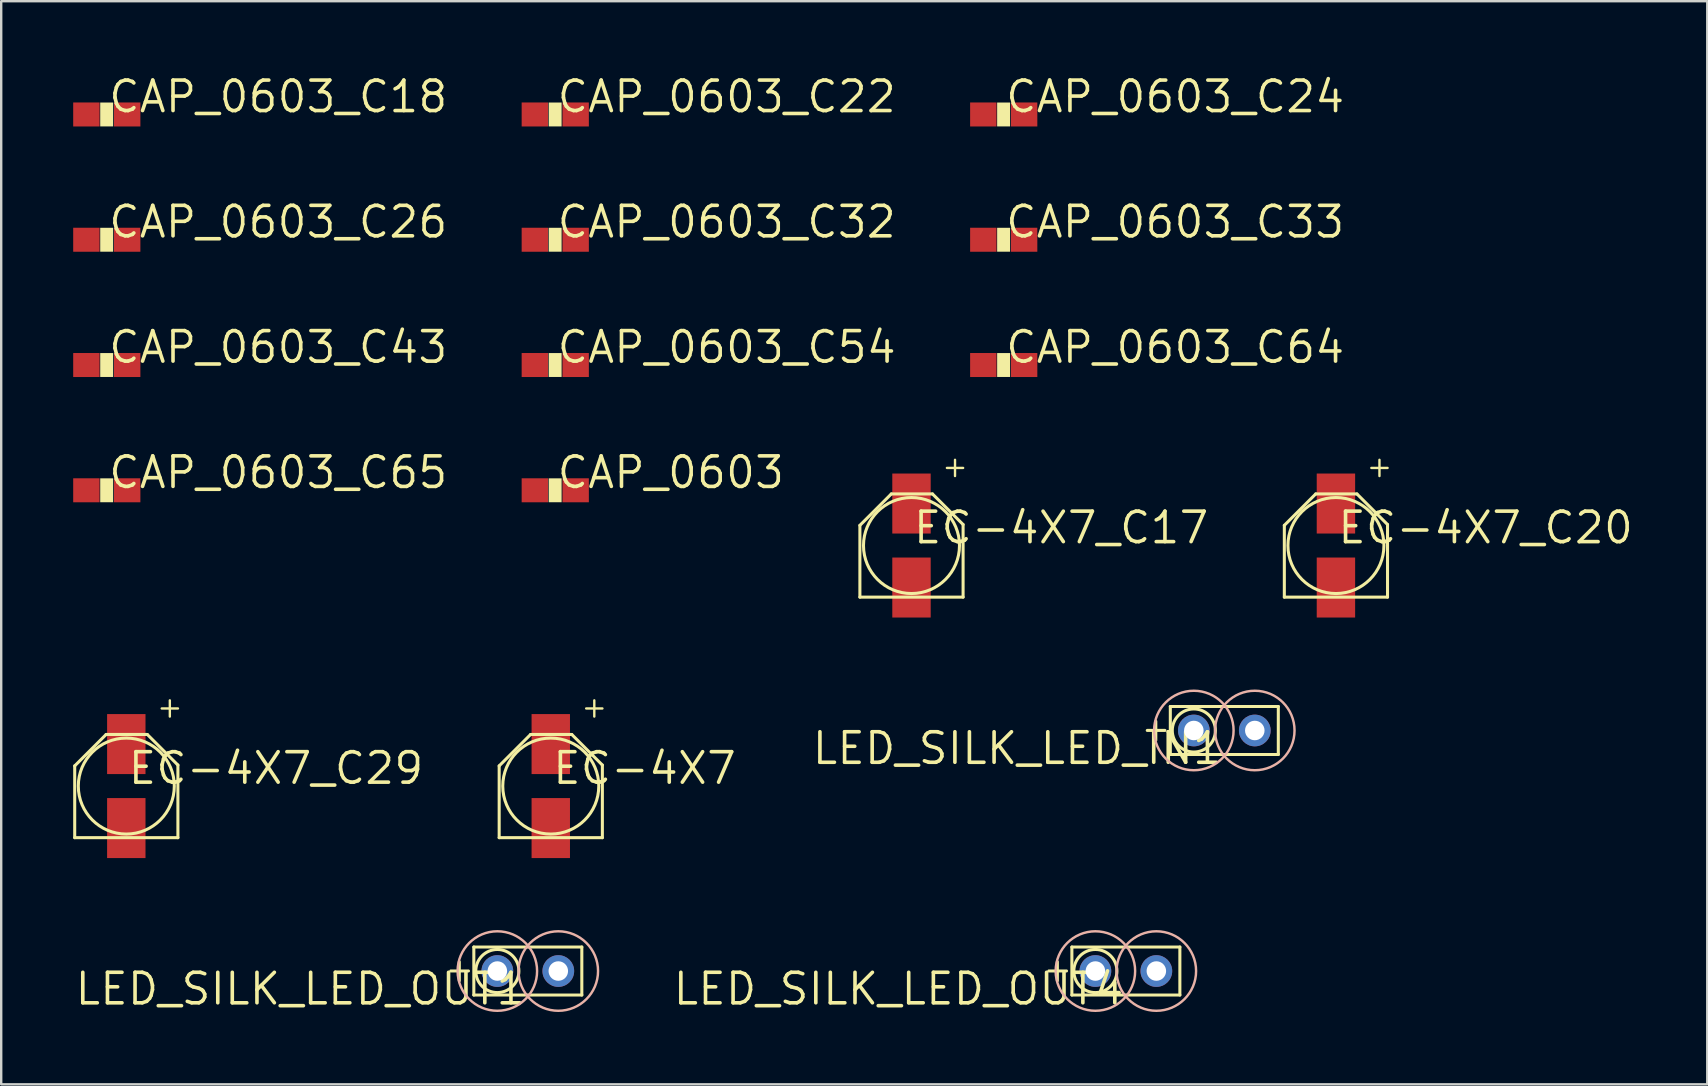
<source format=kicad_pcb>
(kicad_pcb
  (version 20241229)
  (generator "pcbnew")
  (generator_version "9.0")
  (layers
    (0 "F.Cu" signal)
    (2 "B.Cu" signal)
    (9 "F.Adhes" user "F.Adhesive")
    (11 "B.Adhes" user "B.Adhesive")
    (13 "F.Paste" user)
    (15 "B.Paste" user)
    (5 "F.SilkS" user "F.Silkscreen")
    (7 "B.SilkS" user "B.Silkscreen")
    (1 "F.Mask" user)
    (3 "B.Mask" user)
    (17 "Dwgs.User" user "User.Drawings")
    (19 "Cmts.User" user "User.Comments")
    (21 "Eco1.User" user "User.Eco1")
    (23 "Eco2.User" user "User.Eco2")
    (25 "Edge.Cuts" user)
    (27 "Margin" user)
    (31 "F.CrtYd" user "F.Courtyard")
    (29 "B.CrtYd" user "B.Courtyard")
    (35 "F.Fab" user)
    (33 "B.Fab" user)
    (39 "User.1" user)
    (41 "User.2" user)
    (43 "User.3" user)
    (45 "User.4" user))
  (footprint "CAP_0603_C33"
    (layer "F.Cu")
    (at 38.774 6.94)
    (property "Reference" "CAP_0603_C33" (at 0 0 0) (layer "F.SilkS") (effects (font (size 1.27 1.27) (thickness 0.15)) (justify left bottom)))
    (fp_poly (pts (xy -0.274 -0.498) (xy 0.265 -0.498) (xy 0.265 0.498) (xy -0.274 0.498)) (stroke (width 0) (type default)) (fill yes) (layer "F.SilkS"))
    (pad "1" smd rect (at -0.85 0 90) (size 1 1.1) (layers "F.Cu" "F.Mask" "F.Paste"))
    (pad "2" smd rect (at 0.85 0 90) (size 1 1.1) (layers "F.Cu" "F.Mask" "F.Paste")))
  (footprint "EC-4X7"
    (layer "F.Cu")
    (at 19.9 29.705)
    (property "Reference" "EC-4X7" (at 0 0 0) (layer "F.SilkS") (effects (font (size 1.27 1.27) (thickness 0.15)) (justify left bottom)))
    (fp_line (start -2.15 -0.841) (end -0.841 -2.15) (stroke (width 0.127) (type solid)) (layer "F.SilkS"))
    (fp_line (start -2.15 2.15) (end -2.15 -0.841) (stroke (width 0.127) (type solid)) (layer "F.SilkS"))
    (fp_line (start -2.15 2.15) (end 2.15 2.15) (stroke (width 0.127) (type solid)) (layer "F.SilkS"))
    (fp_line (start -0.841 -2.15) (end 0.875 -2.15) (stroke (width 0.127) (type solid)) (layer "F.SilkS"))
    (fp_line (start 0.875 -2.15) (end 2.15 -0.875) (stroke (width 0.127) (type solid)) (layer "F.SilkS"))
    (fp_line (start 2.15 2.15) (end 2.15 -0.875) (stroke (width 0.127) (type solid)) (layer "F.SilkS"))
    (fp_circle (center 0 0) (end 2 0) (stroke (width 0.127) (type solid)) (fill no) (layer "F.SilkS"))
    (fp_text user "+" (at 1.199 -3.821 0) (unlocked yes) (layer "F.SilkS") (effects (font (size 0.888 0.888) (thickness 0.099)) (justify left top)))
    (pad "P$1" smd rect (at 0 -1.75) (size 1.6 2.5) (layers "F.Cu" "F.Mask" "F.Paste"))
    (pad "P$2" smd rect (at 0 1.75) (size 1.6 2.5) (layers "F.Cu" "F.Mask" "F.Paste")))
  (footprint "CAP_0603_C43"
    (layer "F.Cu")
    (at 1.4 12.16)
    (property "Reference" "CAP_0603_C43" (at 0 0 0) (layer "F.SilkS") (effects (font (size 1.27 1.27) (thickness 0.15)) (justify left bottom)))
    (fp_poly (pts (xy -0.274 -0.498) (xy 0.265 -0.498) (xy 0.265 0.498) (xy -0.274 0.498)) (stroke (width 0) (type default)) (fill yes) (layer "F.SilkS"))
    (pad "1" smd rect (at -0.85 0 90) (size 1 1.1) (layers "F.Cu" "F.Mask" "F.Paste"))
    (pad "2" smd rect (at 0.85 0 90) (size 1 1.1) (layers "F.Cu" "F.Mask" "F.Paste")))
  (footprint "CAP_0603_C32"
    (layer "F.Cu")
    (at 20.087 6.94)
    (property "Reference" "CAP_0603_C32" (at 0 0 0) (layer "F.SilkS") (effects (font (size 1.27 1.27) (thickness 0.15)) (justify left bottom)))
    (fp_poly (pts (xy -0.274 -0.498) (xy 0.265 -0.498) (xy 0.265 0.498) (xy -0.274 0.498)) (stroke (width 0) (type default)) (fill yes) (layer "F.SilkS"))
    (pad "1" smd rect (at -0.85 0 90) (size 1 1.1) (layers "F.Cu" "F.Mask" "F.Paste"))
    (pad "2" smd rect (at 0.85 0 90) (size 1 1.1) (layers "F.Cu" "F.Mask" "F.Paste")))
  (footprint "CAP_0603"
    (layer "F.Cu")
    (at 20.087 17.38)
    (property "Reference" "CAP_0603" (at 0 0 0) (layer "F.SilkS") (effects (font (size 1.27 1.27) (thickness 0.15)) (justify left bottom)))
    (fp_poly (pts (xy -0.274 -0.498) (xy 0.265 -0.498) (xy 0.265 0.498) (xy -0.274 0.498)) (stroke (width 0) (type default)) (fill yes) (layer "F.SilkS"))
    (pad "1" smd rect (at -0.85 0 90) (size 1 1.1) (layers "F.Cu" "F.Mask" "F.Paste"))
    (pad "2" smd rect (at 0.85 0 90) (size 1 1.1) (layers "F.Cu" "F.Mask" "F.Paste")))
  (footprint "EC-4X7_C20"
    (layer "F.Cu")
    (at 52.617 19.682)
    (property "Reference" "EC-4X7_C20" (at 0 0 0) (layer "F.SilkS") (effects (font (size 1.27 1.27) (thickness 0.15)) (justify left bottom)))
    (fp_line (start -2.15 -0.841) (end -0.841 -2.15) (stroke (width 0.127) (type solid)) (layer "F.SilkS"))
    (fp_line (start -2.15 2.15) (end -2.15 -0.841) (stroke (width 0.127) (type solid)) (layer "F.SilkS"))
    (fp_line (start -2.15 2.15) (end 2.15 2.15) (stroke (width 0.127) (type solid)) (layer "F.SilkS"))
    (fp_line (start -0.841 -2.15) (end 0.875 -2.15) (stroke (width 0.127) (type solid)) (layer "F.SilkS"))
    (fp_line (start 0.875 -2.15) (end 2.15 -0.875) (stroke (width 0.127) (type solid)) (layer "F.SilkS"))
    (fp_line (start 2.15 2.15) (end 2.15 -0.875) (stroke (width 0.127) (type solid)) (layer "F.SilkS"))
    (fp_circle (center 0 0) (end 2 0) (stroke (width 0.127) (type solid)) (fill no) (layer "F.SilkS"))
    (fp_text user "+" (at 1.199 -3.821 0) (unlocked yes) (layer "F.SilkS") (effects (font (size 0.888 0.888) (thickness 0.099)) (justify left top)))
    (pad "P$1" smd rect (at 0 -1.75) (size 1.6 2.5) (layers "F.Cu" "F.Mask" "F.Paste"))
    (pad "P$2" smd rect (at 0 1.75) (size 1.6 2.5) (layers "F.Cu" "F.Mask" "F.Paste")))
  (footprint "CAP_0603_C64"
    (layer "F.Cu")
    (at 38.774 12.16)
    (property "Reference" "CAP_0603_C64" (at 0 0 0) (layer "F.SilkS") (effects (font (size 1.27 1.27) (thickness 0.15)) (justify left bottom)))
    (fp_poly (pts (xy -0.274 -0.498) (xy 0.265 -0.498) (xy 0.265 0.498) (xy -0.274 0.498)) (stroke (width 0) (type default)) (fill yes) (layer "F.SilkS"))
    (pad "1" smd rect (at -0.85 0 90) (size 1 1.1) (layers "F.Cu" "F.Mask" "F.Paste"))
    (pad "2" smd rect (at 0.85 0 90) (size 1 1.1) (layers "F.Cu" "F.Mask" "F.Paste")))
  (footprint "CAP_0603_C22"
    (layer "F.Cu")
    (at 20.087 1.72)
    (property "Reference" "CAP_0603_C22" (at 0 0 0) (layer "F.SilkS") (effects (font (size 1.27 1.27) (thickness 0.15)) (justify left bottom)))
    (fp_poly (pts (xy -0.274 -0.498) (xy 0.265 -0.498) (xy 0.265 0.498) (xy -0.274 0.498)) (stroke (width 0) (type default)) (fill yes) (layer "F.SilkS"))
    (pad "1" smd rect (at -0.85 0 90) (size 1 1.1) (layers "F.Cu" "F.Mask" "F.Paste"))
    (pad "2" smd rect (at 0.85 0 90) (size 1 1.1) (layers "F.Cu" "F.Mask" "F.Paste")))
  (footprint "CAP_0603_C54"
    (layer "F.Cu")
    (at 20.087 12.16)
    (property "Reference" "CAP_0603_C54" (at 0 0 0) (layer "F.SilkS") (effects (font (size 1.27 1.27) (thickness 0.15)) (justify left bottom)))
    (fp_poly (pts (xy -0.274 -0.498) (xy 0.265 -0.498) (xy 0.265 0.498) (xy -0.274 0.498)) (stroke (width 0) (type default)) (fill yes) (layer "F.SilkS"))
    (pad "1" smd rect (at -0.85 0 90) (size 1 1.1) (layers "F.Cu" "F.Mask" "F.Paste"))
    (pad "2" smd rect (at 0.85 0 90) (size 1 1.1) (layers "F.Cu" "F.Mask" "F.Paste")))
  (footprint "CAP_0603_C65"
    (layer "F.Cu")
    (at 1.4 17.38)
    (property "Reference" "CAP_0603_C65" (at 0 0 0) (layer "F.SilkS") (effects (font (size 1.27 1.27) (thickness 0.15)) (justify left bottom)))
    (fp_poly (pts (xy -0.274 -0.498) (xy 0.265 -0.498) (xy 0.265 0.498) (xy -0.274 0.498)) (stroke (width 0) (type default)) (fill yes) (layer "F.SilkS"))
    (pad "1" smd rect (at -0.85 0 90) (size 1 1.1) (layers "F.Cu" "F.Mask" "F.Paste"))
    (pad "2" smd rect (at 0.85 0 90) (size 1 1.1) (layers "F.Cu" "F.Mask" "F.Paste")))
  (footprint "CAP_0603_C18"
    (layer "F.Cu")
    (at 1.4 1.72)
    (property "Reference" "CAP_0603_C18" (at 0 0 0) (layer "F.SilkS") (effects (font (size 1.27 1.27) (thickness 0.15)) (justify left bottom)))
    (fp_poly (pts (xy -0.274 -0.498) (xy 0.265 -0.498) (xy 0.265 0.498) (xy -0.274 0.498)) (stroke (width 0) (type default)) (fill yes) (layer "F.SilkS"))
    (pad "1" smd rect (at -0.85 0 90) (size 1 1.1) (layers "F.Cu" "F.Mask" "F.Paste"))
    (pad "2" smd rect (at 0.85 0 90) (size 1 1.1) (layers "F.Cu" "F.Mask" "F.Paste")))
  (footprint "LED_SILK_LED_OUT1"
    (layer "F.Cu")
    (at 18.944 37.412)
    (property "Reference" "LED_SILK_LED_OUT1" (at 0 0 0) (layer "F.SilkS") (effects (font (size 1.27 1.27) (thickness 0.15)) (justify right top)))
    (fp_line (start -3.211 -0.003) (end -2.474 -0.003) (stroke (width 0.127) (type solid)) (layer "F.SilkS"))
    (fp_line (start -2.855 0.404) (end -2.855 -0.384) (stroke (width 0.127) (type solid)) (layer "F.SilkS"))
    (fp_line (start -2.25 -1) (end 2.25 -1) (stroke (width 0.127) (type solid)) (layer "F.SilkS"))
    (fp_line (start -2.25 1) (end -2.25 -1) (stroke (width 0.127) (type solid)) (layer "F.SilkS"))
    (fp_line (start 2.25 -1) (end 2.25 1) (stroke (width 0.127) (type solid)) (layer "F.SilkS"))
    (fp_line (start 2.25 1) (end -2.25 1) (stroke (width 0.127) (type solid)) (layer "F.SilkS"))
    (fp_circle (center -1.27 0) (end -0.372 0) (stroke (width 0.127) (type solid)) (fill no) (layer "F.SilkS"))
    (fp_circle (center -1.27 0) (end 0.386 0) (stroke (width 0.102) (type solid)) (fill no) (layer "B.SilkS"))
    (fp_circle (center 1.27 0) (end 2.926 0) (stroke (width 0.102) (type solid)) (fill no) (layer "B.SilkS"))
    (pad "A" thru_hole circle (at -1.27 0 180) (size 1.321 1.321) (drill 0.813) (layers "*.Cu" "*.Mask"))
    (pad "K" thru_hole circle (at 1.27 0 180) (size 1.321 1.321) (drill 0.813) (layers "*.Cu" "*.Mask")))
  (footprint "EC-4X7_C29"
    (layer "F.Cu")
    (at 2.213 29.705)
    (property "Reference" "EC-4X7_C29" (at 0 0 0) (layer "F.SilkS") (effects (font (size 1.27 1.27) (thickness 0.15)) (justify left bottom)))
    (fp_line (start -2.15 -0.841) (end -0.841 -2.15) (stroke (width 0.127) (type solid)) (layer "F.SilkS"))
    (fp_line (start -2.15 2.15) (end -2.15 -0.841) (stroke (width 0.127) (type solid)) (layer "F.SilkS"))
    (fp_line (start -2.15 2.15) (end 2.15 2.15) (stroke (width 0.127) (type solid)) (layer "F.SilkS"))
    (fp_line (start -0.841 -2.15) (end 0.875 -2.15) (stroke (width 0.127) (type solid)) (layer "F.SilkS"))
    (fp_line (start 0.875 -2.15) (end 2.15 -0.875) (stroke (width 0.127) (type solid)) (layer "F.SilkS"))
    (fp_line (start 2.15 2.15) (end 2.15 -0.875) (stroke (width 0.127) (type solid)) (layer "F.SilkS"))
    (fp_circle (center 0 0) (end 2 0) (stroke (width 0.127) (type solid)) (fill no) (layer "F.SilkS"))
    (fp_text user "+" (at 1.199 -3.821 0) (unlocked yes) (layer "F.SilkS") (effects (font (size 0.888 0.888) (thickness 0.099)) (justify left top)))
    (pad "P$1" smd rect (at 0 -1.75) (size 1.6 2.5) (layers "F.Cu" "F.Mask" "F.Paste"))
    (pad "P$2" smd rect (at 0 1.75) (size 1.6 2.5) (layers "F.Cu" "F.Mask" "F.Paste")))
  (footprint "LED_SILK_LED_IN1"
    (layer "F.Cu")
    (at 47.966 27.389)
    (property "Reference" "LED_SILK_LED_IN1" (at 0 0 0) (layer "F.SilkS") (effects (font (size 1.27 1.27) (thickness 0.15)) (justify right top)))
    (fp_line (start -3.211 -0.003) (end -2.474 -0.003) (stroke (width 0.127) (type solid)) (layer "F.SilkS"))
    (fp_line (start -2.855 0.404) (end -2.855 -0.384) (stroke (width 0.127) (type solid)) (layer "F.SilkS"))
    (fp_line (start -2.25 -1) (end 2.25 -1) (stroke (width 0.127) (type solid)) (layer "F.SilkS"))
    (fp_line (start -2.25 1) (end -2.25 -1) (stroke (width 0.127) (type solid)) (layer "F.SilkS"))
    (fp_line (start 2.25 -1) (end 2.25 1) (stroke (width 0.127) (type solid)) (layer "F.SilkS"))
    (fp_line (start 2.25 1) (end -2.25 1) (stroke (width 0.127) (type solid)) (layer "F.SilkS"))
    (fp_circle (center -1.27 0) (end -0.372 0) (stroke (width 0.127) (type solid)) (fill no) (layer "F.SilkS"))
    (fp_circle (center -1.27 0) (end 0.386 0) (stroke (width 0.102) (type solid)) (fill no) (layer "B.SilkS"))
    (fp_circle (center 1.27 0) (end 2.926 0) (stroke (width 0.102) (type solid)) (fill no) (layer "B.SilkS"))
    (pad "A" thru_hole circle (at -1.27 0 180) (size 1.321 1.321) (drill 0.813) (layers "*.Cu" "*.Mask"))
    (pad "K" thru_hole circle (at 1.27 0 180) (size 1.321 1.321) (drill 0.813) (layers "*.Cu" "*.Mask")))
  (footprint "LED_SILK_LED_OUT4"
    (layer "F.Cu")
    (at 43.864 37.412)
    (property "Reference" "LED_SILK_LED_OUT4" (at 0 0 0) (layer "F.SilkS") (effects (font (size 1.27 1.27) (thickness 0.15)) (justify right top)))
    (fp_line (start -3.211 -0.003) (end -2.474 -0.003) (stroke (width 0.127) (type solid)) (layer "F.SilkS"))
    (fp_line (start -2.855 0.404) (end -2.855 -0.384) (stroke (width 0.127) (type solid)) (layer "F.SilkS"))
    (fp_line (start -2.25 -1) (end 2.25 -1) (stroke (width 0.127) (type solid)) (layer "F.SilkS"))
    (fp_line (start -2.25 1) (end -2.25 -1) (stroke (width 0.127) (type solid)) (layer "F.SilkS"))
    (fp_line (start 2.25 -1) (end 2.25 1) (stroke (width 0.127) (type solid)) (layer "F.SilkS"))
    (fp_line (start 2.25 1) (end -2.25 1) (stroke (width 0.127) (type solid)) (layer "F.SilkS"))
    (fp_circle (center -1.27 0) (end -0.372 0) (stroke (width 0.127) (type solid)) (fill no) (layer "F.SilkS"))
    (fp_circle (center -1.27 0) (end 0.386 0) (stroke (width 0.102) (type solid)) (fill no) (layer "B.SilkS"))
    (fp_circle (center 1.27 0) (end 2.926 0) (stroke (width 0.102) (type solid)) (fill no) (layer "B.SilkS"))
    (pad "A" thru_hole circle (at -1.27 0 180) (size 1.321 1.321) (drill 0.813) (layers "*.Cu" "*.Mask"))
    (pad "K" thru_hole circle (at 1.27 0 180) (size 1.321 1.321) (drill 0.813) (layers "*.Cu" "*.Mask")))
  (footprint "CAP_0603_C24"
    (layer "F.Cu")
    (at 38.774 1.72)
    (property "Reference" "CAP_0603_C24" (at 0 0 0) (layer "F.SilkS") (effects (font (size 1.27 1.27) (thickness 0.15)) (justify left bottom)))
    (fp_poly (pts (xy -0.274 -0.498) (xy 0.265 -0.498) (xy 0.265 0.498) (xy -0.274 0.498)) (stroke (width 0) (type default)) (fill yes) (layer "F.SilkS"))
    (pad "1" smd rect (at -0.85 0 90) (size 1 1.1) (layers "F.Cu" "F.Mask" "F.Paste"))
    (pad "2" smd rect (at 0.85 0 90) (size 1 1.1) (layers "F.Cu" "F.Mask" "F.Paste")))
  (footprint "EC-4X7_C17"
    (layer "F.Cu")
    (at 34.931 19.682)
    (property "Reference" "EC-4X7_C17" (at 0 0 0) (layer "F.SilkS") (effects (font (size 1.27 1.27) (thickness 0.15)) (justify left bottom)))
    (fp_line (start -2.15 -0.841) (end -0.841 -2.15) (stroke (width 0.127) (type solid)) (layer "F.SilkS"))
    (fp_line (start -2.15 2.15) (end -2.15 -0.841) (stroke (width 0.127) (type solid)) (layer "F.SilkS"))
    (fp_line (start -2.15 2.15) (end 2.15 2.15) (stroke (width 0.127) (type solid)) (layer "F.SilkS"))
    (fp_line (start -0.841 -2.15) (end 0.875 -2.15) (stroke (width 0.127) (type solid)) (layer "F.SilkS"))
    (fp_line (start 0.875 -2.15) (end 2.15 -0.875) (stroke (width 0.127) (type solid)) (layer "F.SilkS"))
    (fp_line (start 2.15 2.15) (end 2.15 -0.875) (stroke (width 0.127) (type solid)) (layer "F.SilkS"))
    (fp_circle (center 0 0) (end 2 0) (stroke (width 0.127) (type solid)) (fill no) (layer "F.SilkS"))
    (fp_text user "+" (at 1.199 -3.821 0) (unlocked yes) (layer "F.SilkS") (effects (font (size 0.888 0.888) (thickness 0.099)) (justify left top)))
    (pad "P$1" smd rect (at 0 -1.75) (size 1.6 2.5) (layers "F.Cu" "F.Mask" "F.Paste"))
    (pad "P$2" smd rect (at 0 1.75) (size 1.6 2.5) (layers "F.Cu" "F.Mask" "F.Paste")))
  (footprint "CAP_0603_C26"
    (layer "F.Cu")
    (at 1.4 6.94)
    (property "Reference" "CAP_0603_C26" (at 0 0 0) (layer "F.SilkS") (effects (font (size 1.27 1.27) (thickness 0.15)) (justify left bottom)))
    (fp_poly (pts (xy -0.274 -0.498) (xy 0.265 -0.498) (xy 0.265 0.498) (xy -0.274 0.498)) (stroke (width 0) (type default)) (fill yes) (layer "F.SilkS"))
    (pad "1" smd rect (at -0.85 0 90) (size 1 1.1) (layers "F.Cu" "F.Mask" "F.Paste"))
    (pad "2" smd rect (at 0.85 0 90) (size 1 1.1) (layers "F.Cu" "F.Mask" "F.Paste")))
  (gr_rect
    (start -3 -3)
    (end 68.09 42.132)
    (stroke (width 0.1) (type default))
    (fill no)
    (layer "Edge.Cuts")))
</source>
